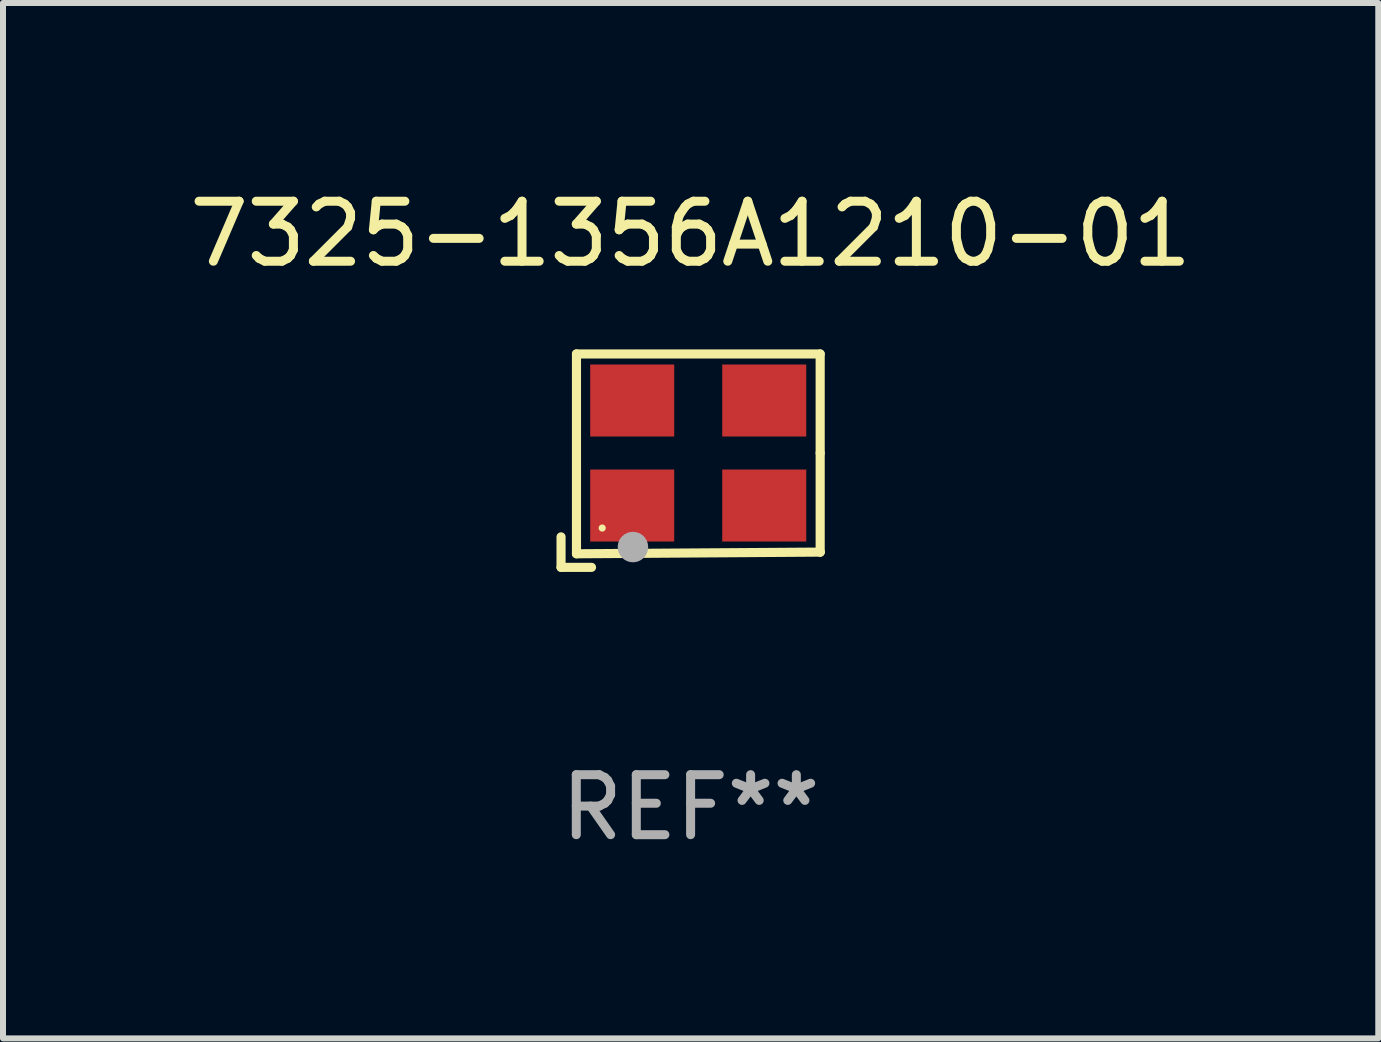
<source format=kicad_pcb>
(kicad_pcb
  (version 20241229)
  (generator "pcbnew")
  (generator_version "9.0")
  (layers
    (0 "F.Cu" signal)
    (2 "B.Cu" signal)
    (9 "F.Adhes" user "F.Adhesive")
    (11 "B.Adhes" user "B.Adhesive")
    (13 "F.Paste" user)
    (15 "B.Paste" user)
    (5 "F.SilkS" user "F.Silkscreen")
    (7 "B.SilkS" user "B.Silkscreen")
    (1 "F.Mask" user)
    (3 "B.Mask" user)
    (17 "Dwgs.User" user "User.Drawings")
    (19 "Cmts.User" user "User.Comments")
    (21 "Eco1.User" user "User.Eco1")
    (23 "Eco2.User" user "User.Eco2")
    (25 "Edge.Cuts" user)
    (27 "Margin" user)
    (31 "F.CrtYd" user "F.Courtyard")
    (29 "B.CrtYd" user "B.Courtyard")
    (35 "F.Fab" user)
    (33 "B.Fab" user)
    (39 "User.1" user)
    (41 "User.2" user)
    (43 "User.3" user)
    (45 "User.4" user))
  (footprint "7325-1356A1210-01"
    (layer "F.Cu")
    (at 8.458 4.626)
    (property "Reference" "7325-1356A1210-01" (at 0 -3.778 0) (layer "F.SilkS") (effects (font (size 1 1) (thickness 0.15))))
    (attr through_hole)
    (fp_line (start -2.159 1.27) (end -2.159 1.778) (stroke (width 0.152) (type solid)) (layer "F.SilkS"))
    (fp_line (start -2.159 1.778) (end -1.651 1.778) (stroke (width 0.152) (type solid)) (layer "F.SilkS"))
    (fp_line (start -1.902 -1.778) (end 2.159 -1.778) (stroke (width 0.152) (type solid)) (layer "F.SilkS"))
    (fp_line (start -1.902 1.552) (end -1.902 -1.778) (stroke (width 0.152) (type solid)) (layer "F.SilkS"))
    (fp_line (start 2.159 -1.778) (end 2.159 -0.127) (stroke (width 0.152) (type solid)) (layer "F.SilkS"))
    (fp_line (start 2.159 -0.127) (end 2.159 1.524) (stroke (width 0.152) (type solid)) (layer "F.SilkS"))
    (fp_line (start 2.159 1.524) (end -1.902 1.552) (stroke (width 0.152) (type solid)) (layer "F.SilkS"))
    (fp_line (start 2.159 1.524) (end 2.159 1.524) (stroke (width 0.152) (type solid)) (layer "F.SilkS"))
    (fp_circle (center -1.473 1.123) (end -1.443 1.123) (stroke (width 0.06) (type solid)) (fill no) (layer "F.SilkS"))
    (fp_circle (center -0.961 1.44) (end -0.834 1.44) (stroke (width 0.254) (type solid)) (fill no) (layer "F.Fab"))
    (fp_text user "REF**" (at 0 5.778 0) (layer "F.Fab") (effects (font (size 1 1) (thickness 0.15))))
    (pad "1" smd rect (at -0.973 0.748) (size 1.4 1.2) (layers "F.Cu" "F.Mask" "F.Paste"))
    (pad "2" smd rect (at 1.227 0.748) (size 1.4 1.2) (layers "F.Cu" "F.Mask" "F.Paste"))
    (pad "3" smd rect (at 1.227 -1.002) (size 1.4 1.2) (layers "F.Cu" "F.Mask" "F.Paste"))
    (pad "4" smd rect (at -0.973 -1.002) (size 1.4 1.2) (layers "F.Cu" "F.Mask" "F.Paste")))
  (gr_rect
    (start -3 -3)
    (end 19.917 14.253)
    (stroke (width 0.1) (type default))
    (fill no)
    (layer "Edge.Cuts")))
</source>
